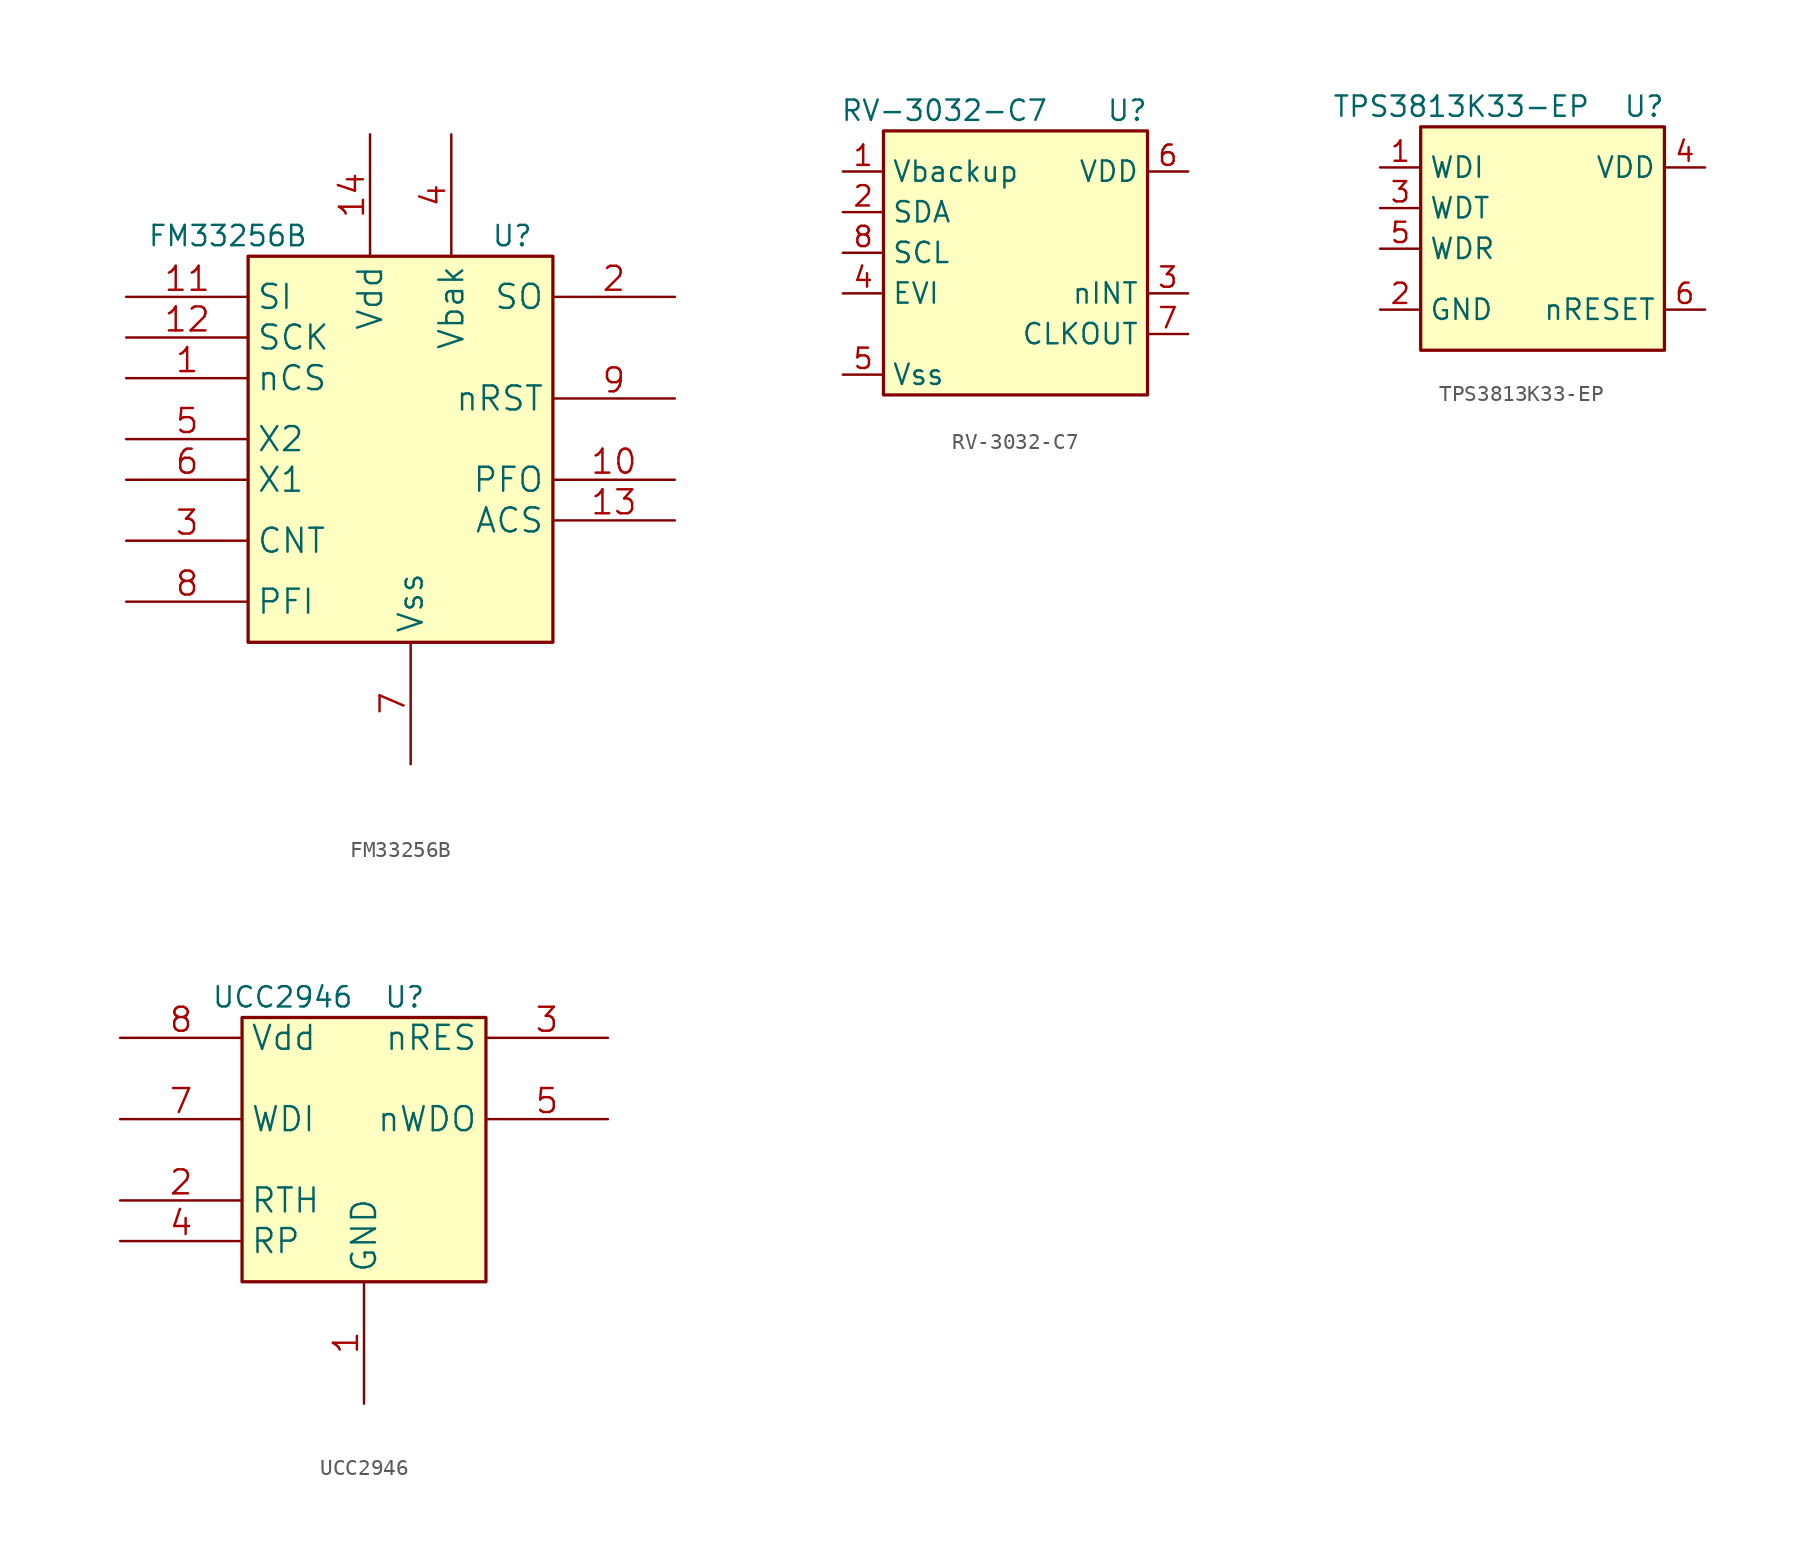
<source format=kicad_sym>
(kicad_symbol_lib
  (version 20211014)
  (generator kicad_symbol_editor)
  (symbol "FM33256B"
    (property "Reference" "U"
      (at 6.35 15.24 0)
      (effects (font (size 1.27 1.27))))
    (property "Value" "FM33256B"
      (at -11.43 15.24 0)
      (effects (font (size 1.27 1.27))))
    (symbol "FM33256B_0_1"
      (rectangle (start -10.16 13.97) (end 8.89 -10.16) (stroke (width 0.203) (type default) (color 0 0 0 0)) (fill (type background))))
    (symbol "FM33256B_1_1"
      (pin input line (at -17.78 6.35 0) (length 7.62) (name "nCS" (effects (font (size 1.499 1.499)))) (number "1" (effects (font (size 1.499 1.499)))))
      (pin output line (at 16.51 0 180) (length 7.62) (name "PFO" (effects (font (size 1.499 1.499)))) (number "10" (effects (font (size 1.499 1.499)))))
      (pin input line (at -17.78 11.43 0) (length 7.62) (name "SI" (effects (font (size 1.499 1.499)))) (number "11" (effects (font (size 1.499 1.499)))))
      (pin input line (at -17.78 8.89 0) (length 7.62) (name "SCK" (effects (font (size 1.499 1.499)))) (number "12" (effects (font (size 1.499 1.499)))))
      (pin output line (at 16.51 -2.54 180) (length 7.62) (name "ACS" (effects (font (size 1.499 1.499)))) (number "13" (effects (font (size 1.499 1.499)))))
      (pin power_in line (at -2.54 21.59 270) (length 7.62) (name "Vdd" (effects (font (size 1.499 1.499)))) (number "14" (effects (font (size 1.499 1.499)))))
      (pin output line (at 16.51 11.43 180) (length 7.62) (name "SO" (effects (font (size 1.499 1.499)))) (number "2" (effects (font (size 1.499 1.499)))))
      (pin input line (at -17.78 -3.81 0) (length 7.62) (name "CNT" (effects (font (size 1.499 1.499)))) (number "3" (effects (font (size 1.499 1.499)))))
      (pin power_in line (at 2.54 21.59 270) (length 7.62) (name "Vbak" (effects (font (size 1.499 1.499)))) (number "4" (effects (font (size 1.499 1.499)))))
      (pin bidirectional line (at -17.78 2.54 0) (length 7.62) (name "X2" (effects (font (size 1.499 1.499)))) (number "5" (effects (font (size 1.499 1.499)))))
      (pin bidirectional line (at -17.78 0 0) (length 7.62) (name "X1" (effects (font (size 1.499 1.499)))) (number "6" (effects (font (size 1.499 1.499)))))
      (pin power_in line (at 0 -17.78 90) (length 7.62) (name "Vss" (effects (font (size 1.499 1.499)))) (number "7" (effects (font (size 1.499 1.499)))))
      (pin input line (at -17.78 -7.62 0) (length 7.62) (name "PFI" (effects (font (size 1.499 1.499)))) (number "8" (effects (font (size 1.499 1.499)))))
      (pin bidirectional line (at 16.51 5.08 180) (length 7.62) (name "nRST" (effects (font (size 1.499 1.499)))) (number "9" (effects (font (size 1.499 1.499)))))))
  (symbol "RV-3032-C7"
    (property "Reference" "U"
      (at 6.35 3.81 0)
      (effects (font (size 1.27 1.27))))
    (property "Value" "RV-3032-C7"
      (at -5.08 3.81 0)
      (effects (font (size 1.27 1.27))))
    (symbol "RV-3032-C7_0_1"
      (rectangle (start -8.89 2.54) (end 7.62 -13.97) (stroke (width 0.203) (type default) (color 0 0 0 0)) (fill (type background))))
    (symbol "RV-3032-C7_1_1"
      (pin power_in line (at -11.43 0 0) (length 2.54) (name "Vbackup" (effects (font (size 1.27 1.27)))) (number "1" (effects (font (size 1.27 1.27)))))
      (pin bidirectional line (at -11.43 -2.54 0) (length 2.54) (name "SDA" (effects (font (size 1.27 1.27)))) (number "2" (effects (font (size 1.27 1.27)))))
      (pin output line (at 10.16 -7.62 180) (length 2.54) (name "nINT" (effects (font (size 1.27 1.27)))) (number "3" (effects (font (size 1.27 1.27)))))
      (pin input line (at -11.43 -7.62 0) (length 2.54) (name "EVI" (effects (font (size 1.27 1.27)))) (number "4" (effects (font (size 1.27 1.27)))))
      (pin power_in line (at -11.43 -12.7 0) (length 2.54) (name "Vss" (effects (font (size 1.27 1.27)))) (number "5" (effects (font (size 1.27 1.27)))))
      (pin power_in line (at 10.16 0 180) (length 2.54) (name "VDD" (effects (font (size 1.27 1.27)))) (number "6" (effects (font (size 1.27 1.27)))))
      (pin output line (at 10.16 -10.16 180) (length 2.54) (name "CLKOUT" (effects (font (size 1.27 1.27)))) (number "7" (effects (font (size 1.27 1.27)))))
      (pin input line (at -11.43 -5.08 0) (length 2.54) (name "SCL" (effects (font (size 1.27 1.27)))) (number "8" (effects (font (size 1.27 1.27)))))))
  (symbol "TPS3813K33-EP"
    (property "Reference" "U"
      (at 6.35 3.81 0)
      (effects (font (size 1.27 1.27))))
    (property "Value" "TPS3813K33-EP"
      (at -5.08 3.81 0)
      (effects (font (size 1.27 1.27))))
    (symbol "TPS3813K33-EP_0_1"
      (rectangle (start -7.62 2.54) (end 7.62 -11.43) (stroke (width 0.203) (type default) (color 0 0 0 0)) (fill (type background))))
    (symbol "TPS3813K33-EP_1_1"
      (pin input line (at -10.16 0 0) (length 2.54) (name "WDI" (effects (font (size 1.27 1.27)))) (number "1" (effects (font (size 1.27 1.27)))))
      (pin power_in line (at -10.16 -8.89 0) (length 2.54) (name "GND" (effects (font (size 1.27 1.27)))) (number "2" (effects (font (size 1.27 1.27)))))
      (pin input line (at -10.16 -2.54 0) (length 2.54) (name "WDT" (effects (font (size 1.27 1.27)))) (number "3" (effects (font (size 1.27 1.27)))))
      (pin input line (at 10.16 0 180) (length 2.54) (name "VDD" (effects (font (size 1.27 1.27)))) (number "4" (effects (font (size 1.27 1.27)))))
      (pin input line (at -10.16 -5.08 0) (length 2.54) (name "WDR" (effects (font (size 1.27 1.27)))) (number "5" (effects (font (size 1.27 1.27)))))
      (pin output line (at 10.16 -8.89 180) (length 2.54) (name "nRESET" (effects (font (size 1.27 1.27)))) (number "6" (effects (font (size 1.27 1.27)))))))
  (symbol "UCC2946"
    (property "Reference" "U"
      (at 2.54 3.81 0)
      (effects (font (size 1.27 1.27))))
    (property "Value" "UCC2946"
      (at -5.08 3.81 0)
      (effects (font (size 1.27 1.27))))
    (symbol "UCC2946_0_1"
      (rectangle (start -7.62 2.54) (end 7.62 -13.97) (stroke (width 0.203) (type default) (color 0 0 0 0)) (fill (type background))))
    (symbol "UCC2946_1_1"
      (pin power_in line (at 0 -21.59 90) (length 7.62) (name "GND" (effects (font (size 1.499 1.499)))) (number "1" (effects (font (size 1.499 1.499)))))
      (pin input line (at -15.24 -8.89 0) (length 7.62) (name "RTH" (effects (font (size 1.499 1.499)))) (number "2" (effects (font (size 1.499 1.499)))))
      (pin output line (at 15.24 1.27 180) (length 7.62) (name "nRES" (effects (font (size 1.499 1.499)))) (number "3" (effects (font (size 1.499 1.499)))))
      (pin input line (at -15.24 -11.43 0) (length 7.62) (name "RP" (effects (font (size 1.499 1.499)))) (number "4" (effects (font (size 1.499 1.499)))))
      (pin output line (at 15.24 -3.81 180) (length 7.62) (name "nWDO" (effects (font (size 1.499 1.499)))) (number "5" (effects (font (size 1.499 1.499)))))
      (pin input line (at -15.24 -3.81 0) (length 7.62) (name "WDI" (effects (font (size 1.499 1.499)))) (number "7" (effects (font (size 1.499 1.499)))))
      (pin power_in line (at -15.24 1.27 0) (length 7.62) (name "Vdd" (effects (font (size 1.499 1.499)))) (number "8" (effects (font (size 1.499 1.499))))))))
</source>
